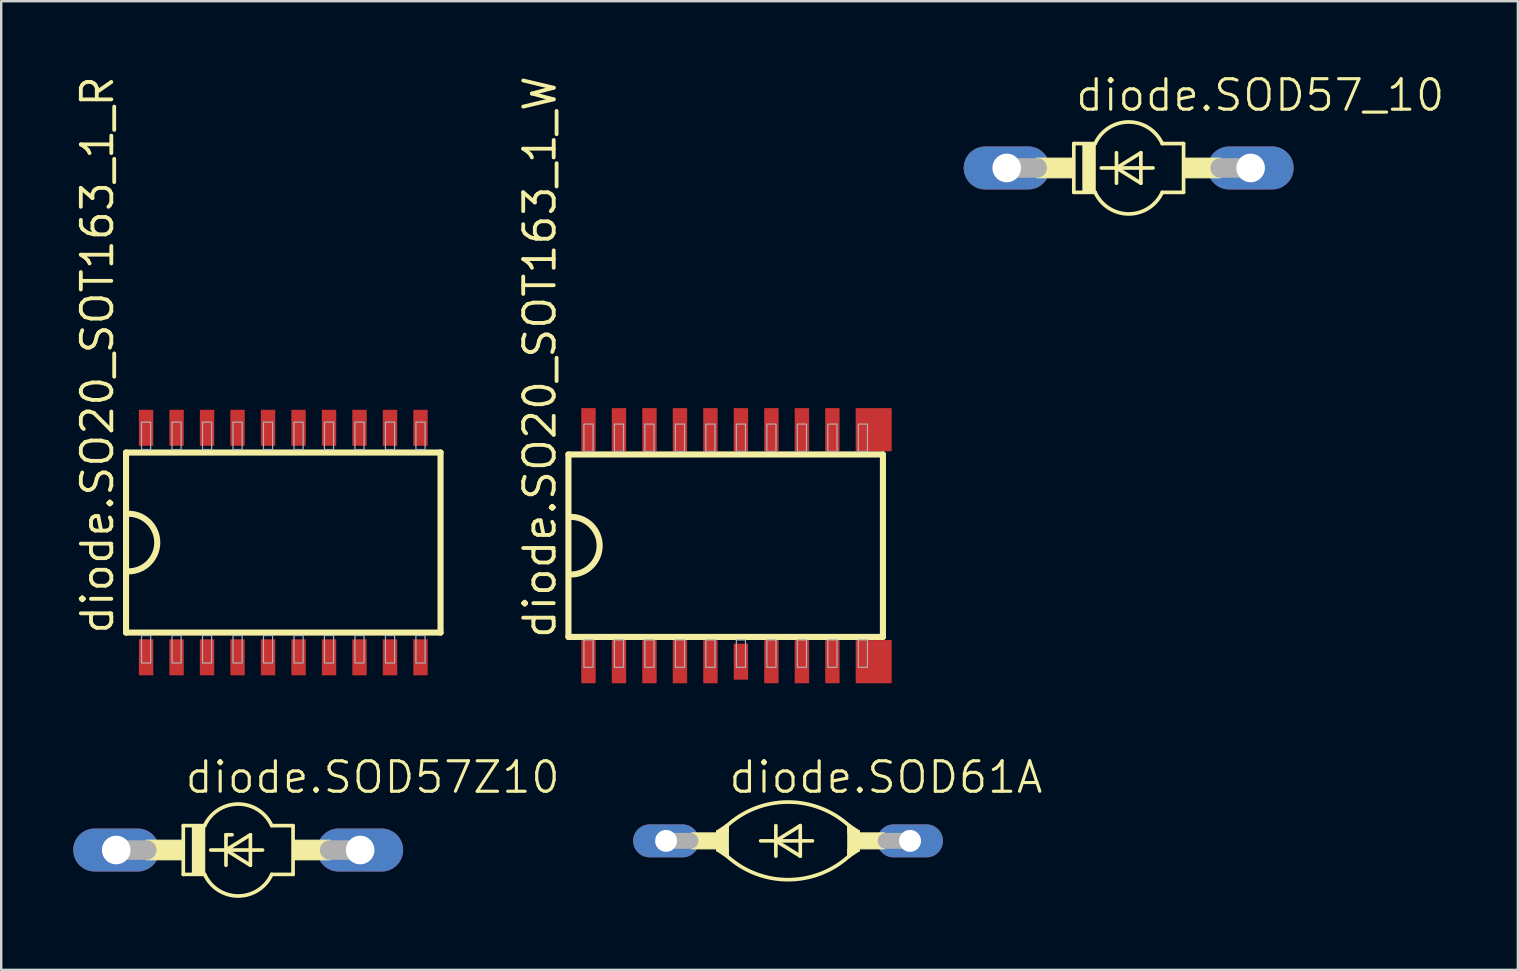
<source format=kicad_pcb>
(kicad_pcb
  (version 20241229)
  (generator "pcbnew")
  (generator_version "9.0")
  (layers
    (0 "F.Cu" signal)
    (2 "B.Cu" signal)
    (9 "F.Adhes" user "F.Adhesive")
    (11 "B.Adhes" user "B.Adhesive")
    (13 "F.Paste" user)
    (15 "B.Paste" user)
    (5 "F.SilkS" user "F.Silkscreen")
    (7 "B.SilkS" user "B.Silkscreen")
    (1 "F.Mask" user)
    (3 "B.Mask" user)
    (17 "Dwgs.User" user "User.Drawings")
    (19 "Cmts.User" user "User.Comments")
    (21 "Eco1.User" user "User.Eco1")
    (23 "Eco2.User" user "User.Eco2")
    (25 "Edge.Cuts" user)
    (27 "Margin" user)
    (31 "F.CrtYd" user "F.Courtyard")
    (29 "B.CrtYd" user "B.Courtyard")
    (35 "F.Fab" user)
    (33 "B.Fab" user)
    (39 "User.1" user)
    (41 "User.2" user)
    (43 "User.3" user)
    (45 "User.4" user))
  (footprint "diode.SOD57Z10"
    (layer "F.Cu")
    (at 6.871 32.356)
    (property "Reference" "diode.SOD57Z10" (at -2.286 -2.286 0) (layer "F.SilkS") (effects (font (size 1.27 1.27) (thickness 0.13)) (justify left bottom)))
    (attr through_hole)
    (fp_line (start -2.286 -1.016) (end -2.286 1.016) (stroke (width 0.152) (type default)) (layer "F.SilkS"))
    (fp_line (start -2.286 -1.016) (end -1.397 -1.016) (stroke (width 0.152) (type default)) (layer "F.SilkS"))
    (fp_line (start -2.286 1.016) (end -1.397 1.016) (stroke (width 0.152) (type default)) (layer "F.SilkS"))
    (fp_line (start -1.143 0) (end -0.508 0) (stroke (width 0.152) (type default)) (layer "F.SilkS"))
    (fp_line (start -0.508 -0.635) (end -0.508 0) (stroke (width 0.152) (type default)) (layer "F.SilkS"))
    (fp_line (start -0.508 0) (end -0.508 0.635) (stroke (width 0.152) (type default)) (layer "F.SilkS"))
    (fp_line (start -0.508 0) (end 0.508 -0.635) (stroke (width 0.152) (type default)) (layer "F.SilkS"))
    (fp_line (start -0.508 0) (end 1.016 0) (stroke (width 0.152) (type default)) (layer "F.SilkS"))
    (fp_line (start -0.254 -0.635) (end -0.508 -0.635) (stroke (width 0.152) (type default)) (layer "F.SilkS"))
    (fp_line (start 0.508 -0.635) (end 0.508 0.635) (stroke (width 0.152) (type default)) (layer "F.SilkS"))
    (fp_line (start 0.508 0.635) (end -0.508 0) (stroke (width 0.152) (type default)) (layer "F.SilkS"))
    (fp_line (start 1.397 1.016) (end 2.286 1.016) (stroke (width 0.152) (type default)) (layer "F.SilkS"))
    (fp_line (start 2.286 -1.016) (end 1.397 -1.016) (stroke (width 0.152) (type default)) (layer "F.SilkS"))
    (fp_line (start 2.286 1.016) (end 2.286 -1.016) (stroke (width 0.152) (type default)) (layer "F.SilkS"))
    (fp_rect (start -3.835 0.406) (end -2.286 -0.406) (stroke (width 0.05) (type default)) (fill yes) (layer "F.SilkS"))
    (fp_rect (start -1.905 1.016) (end -1.397 -1.016) (stroke (width 0.05) (type default)) (fill yes) (layer "F.SilkS"))
    (fp_rect (start 2.286 0.406) (end 3.835 -0.406) (stroke (width 0.05) (type default)) (fill yes) (layer "F.SilkS"))
    (fp_arc (start -1.397 -1.016) (mid 0 -1.915547) (end 1.397 -1.016) (stroke (width 0.1524) (type default)) (layer "F.SilkS"))
    (fp_arc (start 1.397 1.016) (mid 0 1.915547) (end -1.397 1.016) (stroke (width 0.1524) (type default)) (layer "F.SilkS"))
    (fp_line (start -5.08 0) (end -3.81 0) (stroke (width 0.813) (type default)) (layer "F.Fab"))
    (fp_line (start 5.08 0) (end 3.81 0) (stroke (width 0.813) (type default)) (layer "F.Fab"))
    (pad "A" thru_hole oval (at 5.08 0) (size 3.581 1.791) (drill 1.194) (layers "*.Cu" "*.Mask"))
    (pad "C" thru_hole oval (at -5.08 0) (size 3.581 1.791) (drill 1.194) (layers "*.Cu" "*.Mask")))
  (footprint "diode.SO20_SOT163_1_W"
    (layer "F.Cu")
    (at 27.177 19.68)
    (property "Reference" "diode.SO20_SOT163_1_W" (at -7 3.95 90) (layer "F.SilkS") (effects (font (size 1.27 1.27) (thickness 0.16)) (justify left bottom)))
    (attr smd)
    (fp_line (start -6.55 -3.8) (end 6.55 -3.8) (stroke (width 0.254) (type default)) (layer "F.SilkS"))
    (fp_line (start -6.55 3.8) (end -6.55 -3.8) (stroke (width 0.254) (type default)) (layer "F.SilkS"))
    (fp_line (start 6.55 -3.8) (end 6.55 3.8) (stroke (width 0.254) (type default)) (layer "F.SilkS"))
    (fp_line (start 6.55 3.8) (end -6.55 3.8) (stroke (width 0.254) (type default)) (layer "F.SilkS"))
    (fp_arc (start -6.45 -1.2) (mid -5.25 0) (end -6.45 1.2) (stroke (width 0.254) (type default)) (layer "F.SilkS"))
    (fp_rect (start -5.905 -3.924) (end -5.524 -5.066) (stroke (width 0.05) (type default)) (fill no) (layer "F.Fab"))
    (fp_rect (start -5.905 5.066) (end -5.524 3.924) (stroke (width 0.05) (type default)) (fill no) (layer "F.Fab"))
    (fp_rect (start -4.636 -3.924) (end -4.255 -5.066) (stroke (width 0.05) (type default)) (fill no) (layer "F.Fab"))
    (fp_rect (start -4.636 5.066) (end -4.255 3.924) (stroke (width 0.05) (type default)) (fill no) (layer "F.Fab"))
    (fp_rect (start -3.365 -3.924) (end -2.985 -5.066) (stroke (width 0.05) (type default)) (fill no) (layer "F.Fab"))
    (fp_rect (start -3.365 5.066) (end -2.985 3.924) (stroke (width 0.05) (type default)) (fill no) (layer "F.Fab"))
    (fp_rect (start -2.095 -3.924) (end -1.714 -5.066) (stroke (width 0.05) (type default)) (fill no) (layer "F.Fab"))
    (fp_rect (start -2.095 5.066) (end -1.714 3.924) (stroke (width 0.05) (type default)) (fill no) (layer "F.Fab"))
    (fp_rect (start -0.826 -3.924) (end -0.445 -5.066) (stroke (width 0.05) (type default)) (fill no) (layer "F.Fab"))
    (fp_rect (start -0.826 5.066) (end -0.445 3.924) (stroke (width 0.05) (type default)) (fill no) (layer "F.Fab"))
    (fp_rect (start 0.445 -3.924) (end 0.826 -5.066) (stroke (width 0.05) (type default)) (fill no) (layer "F.Fab"))
    (fp_rect (start 0.445 5.066) (end 0.826 3.924) (stroke (width 0.05) (type default)) (fill no) (layer "F.Fab"))
    (fp_rect (start 1.714 -3.924) (end 2.095 -5.066) (stroke (width 0.05) (type default)) (fill no) (layer "F.Fab"))
    (fp_rect (start 1.714 5.066) (end 2.095 3.924) (stroke (width 0.05) (type default)) (fill no) (layer "F.Fab"))
    (fp_rect (start 2.985 -3.924) (end 3.365 -5.066) (stroke (width 0.05) (type default)) (fill no) (layer "F.Fab"))
    (fp_rect (start 2.985 5.066) (end 3.365 3.924) (stroke (width 0.05) (type default)) (fill no) (layer "F.Fab"))
    (fp_rect (start 4.255 -3.924) (end 4.636 -5.066) (stroke (width 0.05) (type default)) (fill no) (layer "F.Fab"))
    (fp_rect (start 4.255 5.066) (end 4.636 3.924) (stroke (width 0.05) (type default)) (fill no) (layer "F.Fab"))
    (fp_rect (start 5.524 -3.924) (end 5.905 -5.066) (stroke (width 0.05) (type default)) (fill no) (layer "F.Fab"))
    (fp_rect (start 5.524 5.066) (end 5.905 3.924) (stroke (width 0.05) (type default)) (fill no) (layer "F.Fab"))
    (pad "1" smd roundrect (at -5.715 4.83) (size 0.6 1.8) (layers "F.Cu" "F.Mask" "F.Paste") (roundrect_rratio 0.01))
    (pad "2" smd roundrect (at -4.445 4.83) (size 0.6 1.8) (layers "F.Cu" "F.Mask" "F.Paste") (roundrect_rratio 0.01))
    (pad "3" smd roundrect (at -3.175 4.83) (size 0.6 1.8) (layers "F.Cu" "F.Mask" "F.Paste") (roundrect_rratio 0.01))
    (pad "4" smd roundrect (at -1.905 4.83) (size 0.6 1.8) (layers "F.Cu" "F.Mask" "F.Paste") (roundrect_rratio 0.01))
    (pad "5" smd roundrect (at -0.635 4.83) (size 0.6 1.8) (layers "F.Cu" "F.Mask" "F.Paste") (roundrect_rratio 0.01))
    (pad "6" smd roundrect (at 0.635 4.83) (size 0.6 1.5) (layers "F.Cu" "F.Mask" "F.Paste") (roundrect_rratio 0.01))
    (pad "7" smd roundrect (at 1.905 4.83) (size 0.6 1.8) (layers "F.Cu" "F.Mask" "F.Paste") (roundrect_rratio 0.01))
    (pad "8" smd roundrect (at 3.175 4.83) (size 0.6 1.8) (layers "F.Cu" "F.Mask" "F.Paste") (roundrect_rratio 0.01))
    (pad "9" smd roundrect (at 4.445 4.83) (size 0.6 1.8) (layers "F.Cu" "F.Mask" "F.Paste") (roundrect_rratio 0.01))
    (pad "10" smd roundrect (at 6.165 4.83) (size 1.5 1.8) (layers "F.Cu" "F.Mask" "F.Paste") (roundrect_rratio 0.01))
    (pad "11" smd roundrect (at 6.165 -4.83) (size 1.5 1.8) (layers "F.Cu" "F.Mask" "F.Paste") (roundrect_rratio 0.01))
    (pad "12" smd roundrect (at 4.445 -4.83) (size 0.6 1.8) (layers "F.Cu" "F.Mask" "F.Paste") (roundrect_rratio 0.01))
    (pad "13" smd roundrect (at 3.175 -4.83) (size 0.6 1.8) (layers "F.Cu" "F.Mask" "F.Paste") (roundrect_rratio 0.01))
    (pad "14" smd roundrect (at 1.905 -4.83) (size 0.6 1.8) (layers "F.Cu" "F.Mask" "F.Paste") (roundrect_rratio 0.01))
    (pad "15" smd roundrect (at 0.635 -4.83) (size 0.6 1.8) (layers "F.Cu" "F.Mask" "F.Paste") (roundrect_rratio 0.01))
    (pad "16" smd roundrect (at -0.635 -4.83) (size 0.6 1.8) (layers "F.Cu" "F.Mask" "F.Paste") (roundrect_rratio 0.01))
    (pad "17" smd roundrect (at -1.905 -4.83) (size 0.6 1.8) (layers "F.Cu" "F.Mask" "F.Paste") (roundrect_rratio 0.01))
    (pad "18" smd roundrect (at -3.175 -4.83) (size 0.6 1.8) (layers "F.Cu" "F.Mask" "F.Paste") (roundrect_rratio 0.01))
    (pad "19" smd roundrect (at -4.445 -4.83) (size 0.6 1.8) (layers "F.Cu" "F.Mask" "F.Paste") (roundrect_rratio 0.01))
    (pad "20" smd roundrect (at -5.715 -4.83) (size 0.6 1.8) (layers "F.Cu" "F.Mask" "F.Paste") (roundrect_rratio 0.01)))
  (footprint "diode.SOD61A"
    (layer "F.Cu")
    (at 29.775 31.975)
    (property "Reference" "diode.SOD61A" (at -2.54 -1.905 0) (layer "F.SilkS") (effects (font (size 1.27 1.27) (thickness 0.13)) (justify left bottom)))
    (attr through_hole)
    (fp_line (start -2.921 -0.381) (end -2.921 0.381) (stroke (width 0.152) (type default)) (layer "F.SilkS"))
    (fp_line (start -2.921 -0.381) (end -2.794 -0.381) (stroke (width 0.152) (type default)) (layer "F.SilkS"))
    (fp_line (start -2.921 0.381) (end -2.794 0.381) (stroke (width 0.152) (type default)) (layer "F.SilkS"))
    (fp_line (start -2.921 0.381) (end -2.54 0.635) (stroke (width 0.152) (type default)) (layer "F.SilkS"))
    (fp_line (start -2.794 -0.381) (end -2.54 -0.381) (stroke (width 0.152) (type default)) (layer "F.SilkS"))
    (fp_line (start -2.794 0.381) (end -2.54 0.381) (stroke (width 0.152) (type default)) (layer "F.SilkS"))
    (fp_line (start -2.54 -0.635) (end -2.921 -0.381) (stroke (width 0.152) (type default)) (layer "F.SilkS"))
    (fp_line (start -2.54 -0.635) (end -2.54 -0.508) (stroke (width 0.152) (type default)) (layer "F.SilkS"))
    (fp_line (start -2.54 -0.508) (end -2.794 -0.381) (stroke (width 0.152) (type default)) (layer "F.SilkS"))
    (fp_line (start -2.54 -0.508) (end -2.54 -0.381) (stroke (width 0.152) (type default)) (layer "F.SilkS"))
    (fp_line (start -2.54 -0.381) (end -2.54 0.381) (stroke (width 0.152) (type default)) (layer "F.SilkS"))
    (fp_line (start -2.54 0.381) (end -2.54 0.508) (stroke (width 0.152) (type default)) (layer "F.SilkS"))
    (fp_line (start -2.54 0.508) (end -2.794 0.381) (stroke (width 0.152) (type default)) (layer "F.SilkS"))
    (fp_line (start -2.54 0.508) (end -2.54 0.635) (stroke (width 0.152) (type default)) (layer "F.SilkS"))
    (fp_line (start -1.143 0) (end -0.508 0) (stroke (width 0.152) (type default)) (layer "F.SilkS"))
    (fp_line (start -0.508 -0.635) (end -0.508 0) (stroke (width 0.152) (type default)) (layer "F.SilkS"))
    (fp_line (start -0.508 0) (end -0.508 0.635) (stroke (width 0.152) (type default)) (layer "F.SilkS"))
    (fp_line (start -0.508 0) (end 0.508 -0.635) (stroke (width 0.152) (type default)) (layer "F.SilkS"))
    (fp_line (start -0.508 0) (end 1.016 0) (stroke (width 0.152) (type default)) (layer "F.SilkS"))
    (fp_line (start 0.508 -0.635) (end 0.508 0.635) (stroke (width 0.152) (type default)) (layer "F.SilkS"))
    (fp_line (start 0.508 0.635) (end -0.508 0) (stroke (width 0.152) (type default)) (layer "F.SilkS"))
    (fp_line (start 2.54 -0.635) (end 2.921 -0.381) (stroke (width 0.152) (type default)) (layer "F.SilkS"))
    (fp_line (start 2.54 -0.508) (end 2.54 -0.635) (stroke (width 0.152) (type default)) (layer "F.SilkS"))
    (fp_line (start 2.54 -0.508) (end 2.794 -0.381) (stroke (width 0.152) (type default)) (layer "F.SilkS"))
    (fp_line (start 2.54 -0.381) (end 2.54 -0.508) (stroke (width 0.152) (type default)) (layer "F.SilkS"))
    (fp_line (start 2.54 0.381) (end 2.54 -0.381) (stroke (width 0.152) (type default)) (layer "F.SilkS"))
    (fp_line (start 2.54 0.508) (end 2.54 0.381) (stroke (width 0.152) (type default)) (layer "F.SilkS"))
    (fp_line (start 2.54 0.508) (end 2.794 0.381) (stroke (width 0.152) (type default)) (layer "F.SilkS"))
    (fp_line (start 2.54 0.635) (end 2.54 0.508) (stroke (width 0.152) (type default)) (layer "F.SilkS"))
    (fp_line (start 2.54 0.635) (end 2.921 0.381) (stroke (width 0.152) (type default)) (layer "F.SilkS"))
    (fp_line (start 2.794 -0.381) (end 2.54 -0.381) (stroke (width 0.152) (type default)) (layer "F.SilkS"))
    (fp_line (start 2.794 0.381) (end 2.54 0.381) (stroke (width 0.152) (type default)) (layer "F.SilkS"))
    (fp_line (start 2.921 -0.381) (end 2.794 -0.381) (stroke (width 0.152) (type default)) (layer "F.SilkS"))
    (fp_line (start 2.921 -0.381) (end 2.921 0.381) (stroke (width 0.152) (type default)) (layer "F.SilkS"))
    (fp_line (start 2.921 0.381) (end 2.794 0.381) (stroke (width 0.152) (type default)) (layer "F.SilkS"))
    (fp_rect (start -4.013 0.33) (end -2.921 -0.33) (stroke (width 0.05) (type default)) (fill yes) (layer "F.SilkS"))
    (fp_rect (start -2.921 0.381) (end -2.54 -0.381) (stroke (width 0.05) (type default)) (fill yes) (layer "F.SilkS"))
    (fp_rect (start 2.54 0.381) (end 2.921 -0.381) (stroke (width 0.05) (type default)) (fill yes) (layer "F.SilkS"))
    (fp_rect (start 2.921 0.33) (end 4.013 -0.33) (stroke (width 0.05) (type default)) (fill yes) (layer "F.SilkS"))
    (fp_arc (start -2.54 -0.635) (mid -0.014943 -1.616944) (end 2.5178 -0.655) (stroke (width 0.1524) (type default)) (layer "F.SilkS"))
    (fp_arc (start 2.54 0.635) (mid 0.014943 1.616944) (end -2.5178 0.655) (stroke (width 0.1524) (type default)) (layer "F.SilkS"))
    (fp_line (start -5.08 0) (end -4.064 0) (stroke (width 0.66) (type default)) (layer "F.Fab"))
    (fp_line (start 5.08 0) (end 4.064 0) (stroke (width 0.66) (type default)) (layer "F.Fab"))
    (pad "A" thru_hole oval (at 5.08 0) (size 2.743 1.372) (drill 0.914) (layers "*.Cu" "*.Mask"))
    (pad "C" thru_hole oval (at -5.08 0) (size 2.743 1.372) (drill 0.914) (layers "*.Cu" "*.Mask")))
  (footprint "diode.SO20_SOT163_1_R"
    (layer "F.Cu")
    (at 8.75 19.549)
    (property "Reference" "diode.SO20_SOT163_1_R" (at -7 3.9 90) (layer "F.SilkS") (effects (font (size 1.27 1.27) (thickness 0.16)) (justify left bottom)))
    (attr smd)
    (fp_line (start -6.55 -3.75) (end 6.55 -3.75) (stroke (width 0.254) (type default)) (layer "F.SilkS"))
    (fp_line (start -6.55 3.75) (end -6.55 -3.75) (stroke (width 0.254) (type default)) (layer "F.SilkS"))
    (fp_line (start 6.55 -3.75) (end 6.55 3.75) (stroke (width 0.254) (type default)) (layer "F.SilkS"))
    (fp_line (start 6.55 3.75) (end -6.55 3.75) (stroke (width 0.254) (type default)) (layer "F.SilkS"))
    (fp_arc (start -6.45 -1.2) (mid -5.25 0) (end -6.45 1.2) (stroke (width 0.254) (type default)) (layer "F.SilkS"))
    (fp_rect (start -5.905 -3.873) (end -5.524 -5.016) (stroke (width 0.05) (type default)) (fill no) (layer "F.Fab"))
    (fp_rect (start -5.905 5.016) (end -5.524 3.873) (stroke (width 0.05) (type default)) (fill no) (layer "F.Fab"))
    (fp_rect (start -4.636 -3.873) (end -4.255 -5.016) (stroke (width 0.05) (type default)) (fill no) (layer "F.Fab"))
    (fp_rect (start -4.636 5.016) (end -4.255 3.873) (stroke (width 0.05) (type default)) (fill no) (layer "F.Fab"))
    (fp_rect (start -3.365 -3.873) (end -2.985 -5.016) (stroke (width 0.05) (type default)) (fill no) (layer "F.Fab"))
    (fp_rect (start -3.365 5.016) (end -2.985 3.873) (stroke (width 0.05) (type default)) (fill no) (layer "F.Fab"))
    (fp_rect (start -2.095 -3.873) (end -1.714 -5.016) (stroke (width 0.05) (type default)) (fill no) (layer "F.Fab"))
    (fp_rect (start -2.095 5.016) (end -1.714 3.873) (stroke (width 0.05) (type default)) (fill no) (layer "F.Fab"))
    (fp_rect (start -0.826 -3.873) (end -0.445 -5.016) (stroke (width 0.05) (type default)) (fill no) (layer "F.Fab"))
    (fp_rect (start -0.826 5.016) (end -0.445 3.873) (stroke (width 0.05) (type default)) (fill no) (layer "F.Fab"))
    (fp_rect (start 0.445 -3.873) (end 0.826 -5.016) (stroke (width 0.05) (type default)) (fill no) (layer "F.Fab"))
    (fp_rect (start 0.445 5.016) (end 0.826 3.873) (stroke (width 0.05) (type default)) (fill no) (layer "F.Fab"))
    (fp_rect (start 1.714 -3.873) (end 2.095 -5.016) (stroke (width 0.05) (type default)) (fill no) (layer "F.Fab"))
    (fp_rect (start 1.714 5.016) (end 2.095 3.873) (stroke (width 0.05) (type default)) (fill no) (layer "F.Fab"))
    (fp_rect (start 2.985 -3.873) (end 3.365 -5.016) (stroke (width 0.05) (type default)) (fill no) (layer "F.Fab"))
    (fp_rect (start 2.985 5.016) (end 3.365 3.873) (stroke (width 0.05) (type default)) (fill no) (layer "F.Fab"))
    (fp_rect (start 4.255 -3.873) (end 4.636 -5.016) (stroke (width 0.05) (type default)) (fill no) (layer "F.Fab"))
    (fp_rect (start 4.255 5.016) (end 4.636 3.873) (stroke (width 0.05) (type default)) (fill no) (layer "F.Fab"))
    (fp_rect (start 5.524 -3.873) (end 5.905 -5.016) (stroke (width 0.05) (type default)) (fill no) (layer "F.Fab"))
    (fp_rect (start 5.524 5.016) (end 5.905 3.873) (stroke (width 0.05) (type default)) (fill no) (layer "F.Fab"))
    (pad "1" smd roundrect (at -5.715 4.78) (size 0.6 1.5) (layers "F.Cu" "F.Mask" "F.Paste") (roundrect_rratio 0.01))
    (pad "2" smd roundrect (at -4.445 4.78) (size 0.6 1.5) (layers "F.Cu" "F.Mask" "F.Paste") (roundrect_rratio 0.01))
    (pad "3" smd roundrect (at -3.175 4.78) (size 0.6 1.5) (layers "F.Cu" "F.Mask" "F.Paste") (roundrect_rratio 0.01))
    (pad "4" smd roundrect (at -1.905 4.78) (size 0.6 1.5) (layers "F.Cu" "F.Mask" "F.Paste") (roundrect_rratio 0.01))
    (pad "5" smd roundrect (at -0.635 4.78) (size 0.6 1.5) (layers "F.Cu" "F.Mask" "F.Paste") (roundrect_rratio 0.01))
    (pad "6" smd roundrect (at 0.635 4.78) (size 0.6 1.5) (layers "F.Cu" "F.Mask" "F.Paste") (roundrect_rratio 0.01))
    (pad "7" smd roundrect (at 1.905 4.78) (size 0.6 1.5) (layers "F.Cu" "F.Mask" "F.Paste") (roundrect_rratio 0.01))
    (pad "8" smd roundrect (at 3.175 4.78) (size 0.6 1.5) (layers "F.Cu" "F.Mask" "F.Paste") (roundrect_rratio 0.01))
    (pad "9" smd roundrect (at 4.445 4.78) (size 0.6 1.5) (layers "F.Cu" "F.Mask" "F.Paste") (roundrect_rratio 0.01))
    (pad "10" smd roundrect (at 5.715 4.78) (size 0.6 1.5) (layers "F.Cu" "F.Mask" "F.Paste") (roundrect_rratio 0.01))
    (pad "11" smd roundrect (at 5.715 -4.78) (size 0.6 1.5) (layers "F.Cu" "F.Mask" "F.Paste") (roundrect_rratio 0.01))
    (pad "12" smd roundrect (at 4.445 -4.78) (size 0.6 1.5) (layers "F.Cu" "F.Mask" "F.Paste") (roundrect_rratio 0.01))
    (pad "13" smd roundrect (at 3.175 -4.78) (size 0.6 1.5) (layers "F.Cu" "F.Mask" "F.Paste") (roundrect_rratio 0.01))
    (pad "14" smd roundrect (at 1.905 -4.78) (size 0.6 1.5) (layers "F.Cu" "F.Mask" "F.Paste") (roundrect_rratio 0.01))
    (pad "15" smd roundrect (at 0.635 -4.78) (size 0.6 1.5) (layers "F.Cu" "F.Mask" "F.Paste") (roundrect_rratio 0.01))
    (pad "16" smd roundrect (at -0.635 -4.78) (size 0.6 1.5) (layers "F.Cu" "F.Mask" "F.Paste") (roundrect_rratio 0.01))
    (pad "17" smd roundrect (at -1.905 -4.78) (size 0.6 1.5) (layers "F.Cu" "F.Mask" "F.Paste") (roundrect_rratio 0.01))
    (pad "18" smd roundrect (at -3.175 -4.78) (size 0.6 1.5) (layers "F.Cu" "F.Mask" "F.Paste") (roundrect_rratio 0.01))
    (pad "19" smd roundrect (at -4.445 -4.78) (size 0.6 1.5) (layers "F.Cu" "F.Mask" "F.Paste") (roundrect_rratio 0.01))
    (pad "20" smd roundrect (at -5.715 -4.78) (size 0.6 1.5) (layers "F.Cu" "F.Mask" "F.Paste") (roundrect_rratio 0.01)))
  (footprint "diode.SOD57_10"
    (layer "F.Cu")
    (at 43.963 3.946)
    (property "Reference" "diode.SOD57_10" (at -2.286 -2.286 0) (layer "F.SilkS") (effects (font (size 1.27 1.27) (thickness 0.13)) (justify left bottom)))
    (attr through_hole)
    (fp_line (start -2.286 -1.016) (end -2.286 1.016) (stroke (width 0.152) (type default)) (layer "F.SilkS"))
    (fp_line (start -2.286 -1.016) (end -1.397 -1.016) (stroke (width 0.152) (type default)) (layer "F.SilkS"))
    (fp_line (start -2.286 1.016) (end -1.397 1.016) (stroke (width 0.152) (type default)) (layer "F.SilkS"))
    (fp_line (start -1.143 0) (end -0.508 0) (stroke (width 0.152) (type default)) (layer "F.SilkS"))
    (fp_line (start -0.508 -0.635) (end -0.508 0) (stroke (width 0.152) (type default)) (layer "F.SilkS"))
    (fp_line (start -0.508 0) (end -0.508 0.635) (stroke (width 0.152) (type default)) (layer "F.SilkS"))
    (fp_line (start -0.508 0) (end 0.508 -0.635) (stroke (width 0.152) (type default)) (layer "F.SilkS"))
    (fp_line (start -0.508 0) (end 1.016 0) (stroke (width 0.152) (type default)) (layer "F.SilkS"))
    (fp_line (start 0.508 -0.635) (end 0.508 0.635) (stroke (width 0.152) (type default)) (layer "F.SilkS"))
    (fp_line (start 0.508 0.635) (end -0.508 0) (stroke (width 0.152) (type default)) (layer "F.SilkS"))
    (fp_line (start 1.397 1.016) (end 2.286 1.016) (stroke (width 0.152) (type default)) (layer "F.SilkS"))
    (fp_line (start 2.286 -1.016) (end 1.397 -1.016) (stroke (width 0.152) (type default)) (layer "F.SilkS"))
    (fp_line (start 2.286 1.016) (end 2.286 -1.016) (stroke (width 0.152) (type default)) (layer "F.SilkS"))
    (fp_rect (start -3.835 0.406) (end -2.286 -0.406) (stroke (width 0.05) (type default)) (fill yes) (layer "F.SilkS"))
    (fp_rect (start -1.905 1.016) (end -1.397 -1.016) (stroke (width 0.05) (type default)) (fill yes) (layer "F.SilkS"))
    (fp_rect (start 2.286 0.406) (end 3.835 -0.406) (stroke (width 0.05) (type default)) (fill yes) (layer "F.SilkS"))
    (fp_arc (start -1.397 -1.016) (mid 0 -1.915547) (end 1.397 -1.016) (stroke (width 0.1524) (type default)) (layer "F.SilkS"))
    (fp_arc (start 1.397 1.016) (mid 0 1.915547) (end -1.397 1.016) (stroke (width 0.1524) (type default)) (layer "F.SilkS"))
    (fp_line (start -5.08 0) (end -3.81 0) (stroke (width 0.813) (type default)) (layer "F.Fab"))
    (fp_line (start 5.08 0) (end 3.81 0) (stroke (width 0.813) (type default)) (layer "F.Fab"))
    (pad "A" thru_hole oval (at 5.08 0) (size 3.581 1.791) (drill 1.194) (layers "*.Cu" "*.Mask"))
    (pad "C" thru_hole oval (at -5.08 0) (size 3.581 1.791) (drill 1.194) (layers "*.Cu" "*.Mask")))
  (gr_rect
    (start -3 -3)
    (end 60.174 37.348)
    (stroke (width 0.1) (type default))
    (fill no)
    (layer "Edge.Cuts")))
</source>
